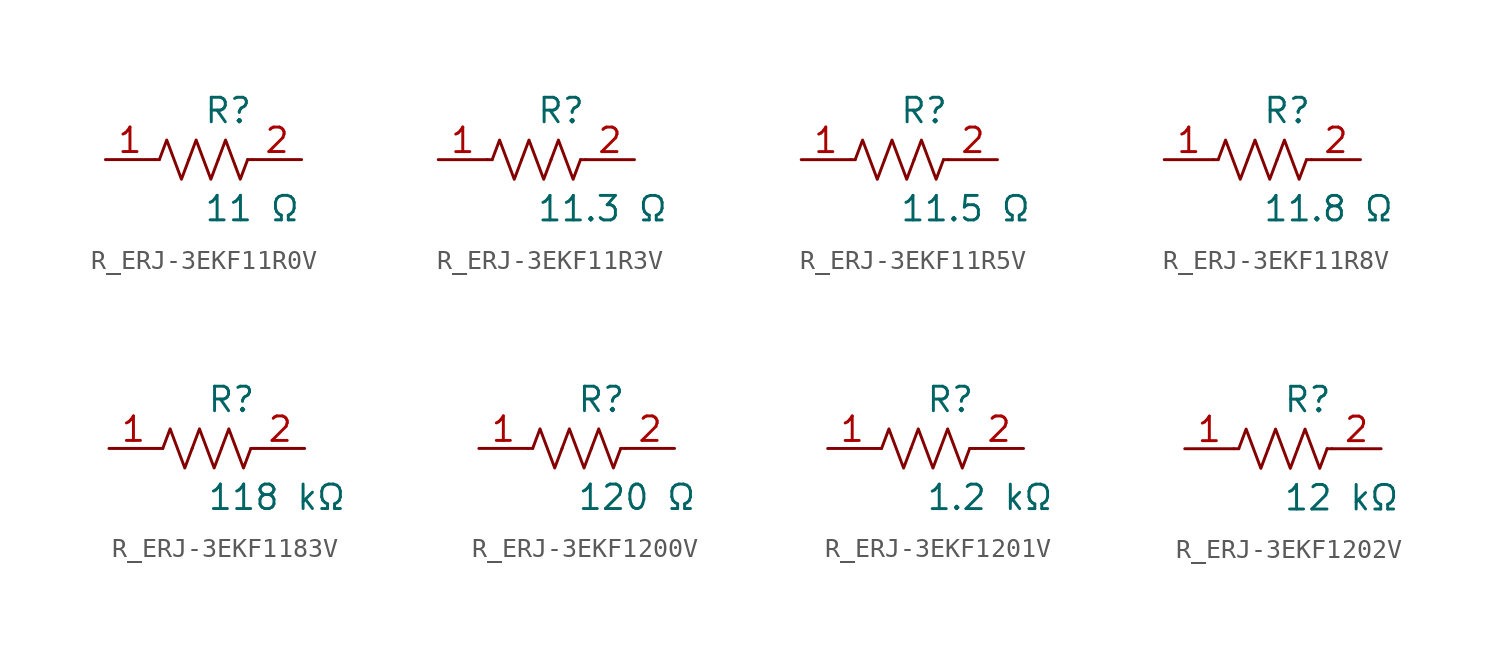
<source format=kicad_sym>
(kicad_symbol_lib
  (version 20231120)
  (generator kicad_symbol_editor)
  (generator_version 8.0)
  (symbol "R_ERJ-3EKF11R0V"
    (pin_names
      (offset 0.254))
    (property "Reference" "R"
      (at 0.0 2.54 0)
      (effects (font (size 1.27 1.27)) (justify left)))
    (property "Value" "11 Ω"
      (at 0.0 -2.54 0)
      (effects (font (size 1.27 1.27)) (justify left)))
    (symbol "R_ERJ-3EKF11R0V_0_1"
      (polyline (pts (xy 2.286 0) (xy 2.54 0)) (stroke (width 0) (type default)) (fill (type none)))
      (polyline (pts (xy -2.286 0) (xy -2.54 0)) (stroke (width 0) (type default)) (fill (type none)))
      (polyline (pts (xy 0.762 0) (xy 1.143 1.016) (xy 1.524 0) (xy 1.905 -1.016) (xy 2.286 0)) (stroke (width 0) (type default)) (fill (type none)))
      (polyline (pts (xy -0.762 0) (xy -0.381 1.016) (xy 0 0) (xy 0.381 -1.016) (xy 0.762 0)) (stroke (width 0) (type default)) (fill (type none)))
      (polyline (pts (xy -2.286 0) (xy -1.905 1.016) (xy -1.524 0) (xy -1.143 -1.016) (xy -0.762 0)) (stroke (width 0) (type default)) (fill (type none))))
    (pin unspecified line
      (at -5.08 0 0)
      (length 2.54)
      (name "" (effects (font (size 1.27 1.27))))
      (number "1" (effects (font (size 1.27 1.27)))))
    (pin unspecified line
      (at 5.08 0 180)
      (length 2.54)
      (name "" (effects (font (size 1.27 1.27))))
      (number "2" (effects (font (size 1.27 1.27))))))
  (symbol "R_ERJ-3EKF11R3V"
    (pin_names
      (offset 0.254))
    (property "Reference" "R"
      (at 0.0 2.54 0)
      (effects (font (size 1.27 1.27)) (justify left)))
    (property "Value" "11.3 Ω"
      (at 0.0 -2.54 0)
      (effects (font (size 1.27 1.27)) (justify left)))
    (symbol "R_ERJ-3EKF11R3V_0_1"
      (polyline (pts (xy 2.286 0) (xy 2.54 0)) (stroke (width 0) (type default)) (fill (type none)))
      (polyline (pts (xy -2.286 0) (xy -2.54 0)) (stroke (width 0) (type default)) (fill (type none)))
      (polyline (pts (xy 0.762 0) (xy 1.143 1.016) (xy 1.524 0) (xy 1.905 -1.016) (xy 2.286 0)) (stroke (width 0) (type default)) (fill (type none)))
      (polyline (pts (xy -0.762 0) (xy -0.381 1.016) (xy 0 0) (xy 0.381 -1.016) (xy 0.762 0)) (stroke (width 0) (type default)) (fill (type none)))
      (polyline (pts (xy -2.286 0) (xy -1.905 1.016) (xy -1.524 0) (xy -1.143 -1.016) (xy -0.762 0)) (stroke (width 0) (type default)) (fill (type none))))
    (pin unspecified line
      (at -5.08 0 0)
      (length 2.54)
      (name "" (effects (font (size 1.27 1.27))))
      (number "1" (effects (font (size 1.27 1.27)))))
    (pin unspecified line
      (at 5.08 0 180)
      (length 2.54)
      (name "" (effects (font (size 1.27 1.27))))
      (number "2" (effects (font (size 1.27 1.27))))))
  (symbol "R_ERJ-3EKF11R5V"
    (pin_names
      (offset 0.254))
    (property "Reference" "R"
      (at 0.0 2.54 0)
      (effects (font (size 1.27 1.27)) (justify left)))
    (property "Value" "11.5 Ω"
      (at 0.0 -2.54 0)
      (effects (font (size 1.27 1.27)) (justify left)))
    (symbol "R_ERJ-3EKF11R5V_0_1"
      (polyline (pts (xy 2.286 0) (xy 2.54 0)) (stroke (width 0) (type default)) (fill (type none)))
      (polyline (pts (xy -2.286 0) (xy -2.54 0)) (stroke (width 0) (type default)) (fill (type none)))
      (polyline (pts (xy 0.762 0) (xy 1.143 1.016) (xy 1.524 0) (xy 1.905 -1.016) (xy 2.286 0)) (stroke (width 0) (type default)) (fill (type none)))
      (polyline (pts (xy -0.762 0) (xy -0.381 1.016) (xy 0 0) (xy 0.381 -1.016) (xy 0.762 0)) (stroke (width 0) (type default)) (fill (type none)))
      (polyline (pts (xy -2.286 0) (xy -1.905 1.016) (xy -1.524 0) (xy -1.143 -1.016) (xy -0.762 0)) (stroke (width 0) (type default)) (fill (type none))))
    (pin unspecified line
      (at -5.08 0 0)
      (length 2.54)
      (name "" (effects (font (size 1.27 1.27))))
      (number "1" (effects (font (size 1.27 1.27)))))
    (pin unspecified line
      (at 5.08 0 180)
      (length 2.54)
      (name "" (effects (font (size 1.27 1.27))))
      (number "2" (effects (font (size 1.27 1.27))))))
  (symbol "R_ERJ-3EKF11R8V"
    (pin_names
      (offset 0.254))
    (property "Reference" "R"
      (at 0.0 2.54 0)
      (effects (font (size 1.27 1.27)) (justify left)))
    (property "Value" "11.8 Ω"
      (at 0.0 -2.54 0)
      (effects (font (size 1.27 1.27)) (justify left)))
    (symbol "R_ERJ-3EKF11R8V_0_1"
      (polyline (pts (xy 2.286 0) (xy 2.54 0)) (stroke (width 0) (type default)) (fill (type none)))
      (polyline (pts (xy -2.286 0) (xy -2.54 0)) (stroke (width 0) (type default)) (fill (type none)))
      (polyline (pts (xy 0.762 0) (xy 1.143 1.016) (xy 1.524 0) (xy 1.905 -1.016) (xy 2.286 0)) (stroke (width 0) (type default)) (fill (type none)))
      (polyline (pts (xy -0.762 0) (xy -0.381 1.016) (xy 0 0) (xy 0.381 -1.016) (xy 0.762 0)) (stroke (width 0) (type default)) (fill (type none)))
      (polyline (pts (xy -2.286 0) (xy -1.905 1.016) (xy -1.524 0) (xy -1.143 -1.016) (xy -0.762 0)) (stroke (width 0) (type default)) (fill (type none))))
    (pin unspecified line
      (at -5.08 0 0)
      (length 2.54)
      (name "" (effects (font (size 1.27 1.27))))
      (number "1" (effects (font (size 1.27 1.27)))))
    (pin unspecified line
      (at 5.08 0 180)
      (length 2.54)
      (name "" (effects (font (size 1.27 1.27))))
      (number "2" (effects (font (size 1.27 1.27))))))
  (symbol "R_ERJ-3EKF1183V"
    (pin_names
      (offset 0.254))
    (property "Reference" "R"
      (at 0.0 2.54 0)
      (effects (font (size 1.27 1.27)) (justify left)))
    (property "Value" "118 kΩ"
      (at 0.0 -2.54 0)
      (effects (font (size 1.27 1.27)) (justify left)))
    (symbol "R_ERJ-3EKF1183V_0_1"
      (polyline (pts (xy 2.286 0) (xy 2.54 0)) (stroke (width 0) (type default)) (fill (type none)))
      (polyline (pts (xy -2.286 0) (xy -2.54 0)) (stroke (width 0) (type default)) (fill (type none)))
      (polyline (pts (xy 0.762 0) (xy 1.143 1.016) (xy 1.524 0) (xy 1.905 -1.016) (xy 2.286 0)) (stroke (width 0) (type default)) (fill (type none)))
      (polyline (pts (xy -0.762 0) (xy -0.381 1.016) (xy 0 0) (xy 0.381 -1.016) (xy 0.762 0)) (stroke (width 0) (type default)) (fill (type none)))
      (polyline (pts (xy -2.286 0) (xy -1.905 1.016) (xy -1.524 0) (xy -1.143 -1.016) (xy -0.762 0)) (stroke (width 0) (type default)) (fill (type none))))
    (pin unspecified line
      (at -5.08 0 0)
      (length 2.54)
      (name "" (effects (font (size 1.27 1.27))))
      (number "1" (effects (font (size 1.27 1.27)))))
    (pin unspecified line
      (at 5.08 0 180)
      (length 2.54)
      (name "" (effects (font (size 1.27 1.27))))
      (number "2" (effects (font (size 1.27 1.27))))))
  (symbol "R_ERJ-3EKF1200V"
    (pin_names
      (offset 0.254))
    (property "Reference" "R"
      (at 0.0 2.54 0)
      (effects (font (size 1.27 1.27)) (justify left)))
    (property "Value" "120 Ω"
      (at 0.0 -2.54 0)
      (effects (font (size 1.27 1.27)) (justify left)))
    (symbol "R_ERJ-3EKF1200V_0_1"
      (polyline (pts (xy 2.286 0) (xy 2.54 0)) (stroke (width 0) (type default)) (fill (type none)))
      (polyline (pts (xy -2.286 0) (xy -2.54 0)) (stroke (width 0) (type default)) (fill (type none)))
      (polyline (pts (xy 0.762 0) (xy 1.143 1.016) (xy 1.524 0) (xy 1.905 -1.016) (xy 2.286 0)) (stroke (width 0) (type default)) (fill (type none)))
      (polyline (pts (xy -0.762 0) (xy -0.381 1.016) (xy 0 0) (xy 0.381 -1.016) (xy 0.762 0)) (stroke (width 0) (type default)) (fill (type none)))
      (polyline (pts (xy -2.286 0) (xy -1.905 1.016) (xy -1.524 0) (xy -1.143 -1.016) (xy -0.762 0)) (stroke (width 0) (type default)) (fill (type none))))
    (pin unspecified line
      (at -5.08 0 0)
      (length 2.54)
      (name "" (effects (font (size 1.27 1.27))))
      (number "1" (effects (font (size 1.27 1.27)))))
    (pin unspecified line
      (at 5.08 0 180)
      (length 2.54)
      (name "" (effects (font (size 1.27 1.27))))
      (number "2" (effects (font (size 1.27 1.27))))))
  (symbol "R_ERJ-3EKF1201V"
    (pin_names
      (offset 0.254))
    (property "Reference" "R"
      (at 0.0 2.54 0)
      (effects (font (size 1.27 1.27)) (justify left)))
    (property "Value" "1.2 kΩ"
      (at 0.0 -2.54 0)
      (effects (font (size 1.27 1.27)) (justify left)))
    (symbol "R_ERJ-3EKF1201V_0_1"
      (polyline (pts (xy 2.286 0) (xy 2.54 0)) (stroke (width 0) (type default)) (fill (type none)))
      (polyline (pts (xy -2.286 0) (xy -2.54 0)) (stroke (width 0) (type default)) (fill (type none)))
      (polyline (pts (xy 0.762 0) (xy 1.143 1.016) (xy 1.524 0) (xy 1.905 -1.016) (xy 2.286 0)) (stroke (width 0) (type default)) (fill (type none)))
      (polyline (pts (xy -0.762 0) (xy -0.381 1.016) (xy 0 0) (xy 0.381 -1.016) (xy 0.762 0)) (stroke (width 0) (type default)) (fill (type none)))
      (polyline (pts (xy -2.286 0) (xy -1.905 1.016) (xy -1.524 0) (xy -1.143 -1.016) (xy -0.762 0)) (stroke (width 0) (type default)) (fill (type none))))
    (pin unspecified line
      (at -5.08 0 0)
      (length 2.54)
      (name "" (effects (font (size 1.27 1.27))))
      (number "1" (effects (font (size 1.27 1.27)))))
    (pin unspecified line
      (at 5.08 0 180)
      (length 2.54)
      (name "" (effects (font (size 1.27 1.27))))
      (number "2" (effects (font (size 1.27 1.27))))))
  (symbol "R_ERJ-3EKF1202V"
    (pin_names
      (offset 0.254))
    (property "Reference" "R"
      (at 0.0 2.54 0)
      (effects (font (size 1.27 1.27)) (justify left)))
    (property "Value" "12 kΩ"
      (at 0.0 -2.54 0)
      (effects (font (size 1.27 1.27)) (justify left)))
    (symbol "R_ERJ-3EKF1202V_0_1"
      (polyline (pts (xy 2.286 0) (xy 2.54 0)) (stroke (width 0) (type default)) (fill (type none)))
      (polyline (pts (xy -2.286 0) (xy -2.54 0)) (stroke (width 0) (type default)) (fill (type none)))
      (polyline (pts (xy 0.762 0) (xy 1.143 1.016) (xy 1.524 0) (xy 1.905 -1.016) (xy 2.286 0)) (stroke (width 0) (type default)) (fill (type none)))
      (polyline (pts (xy -0.762 0) (xy -0.381 1.016) (xy 0 0) (xy 0.381 -1.016) (xy 0.762 0)) (stroke (width 0) (type default)) (fill (type none)))
      (polyline (pts (xy -2.286 0) (xy -1.905 1.016) (xy -1.524 0) (xy -1.143 -1.016) (xy -0.762 0)) (stroke (width 0) (type default)) (fill (type none))))
    (pin unspecified line
      (at -5.08 0 0)
      (length 2.54)
      (name "" (effects (font (size 1.27 1.27))))
      (number "1" (effects (font (size 1.27 1.27)))))
    (pin unspecified line
      (at 5.08 0 180)
      (length 2.54)
      (name "" (effects (font (size 1.27 1.27))))
      (number "2" (effects (font (size 1.27 1.27)))))))
</source>
